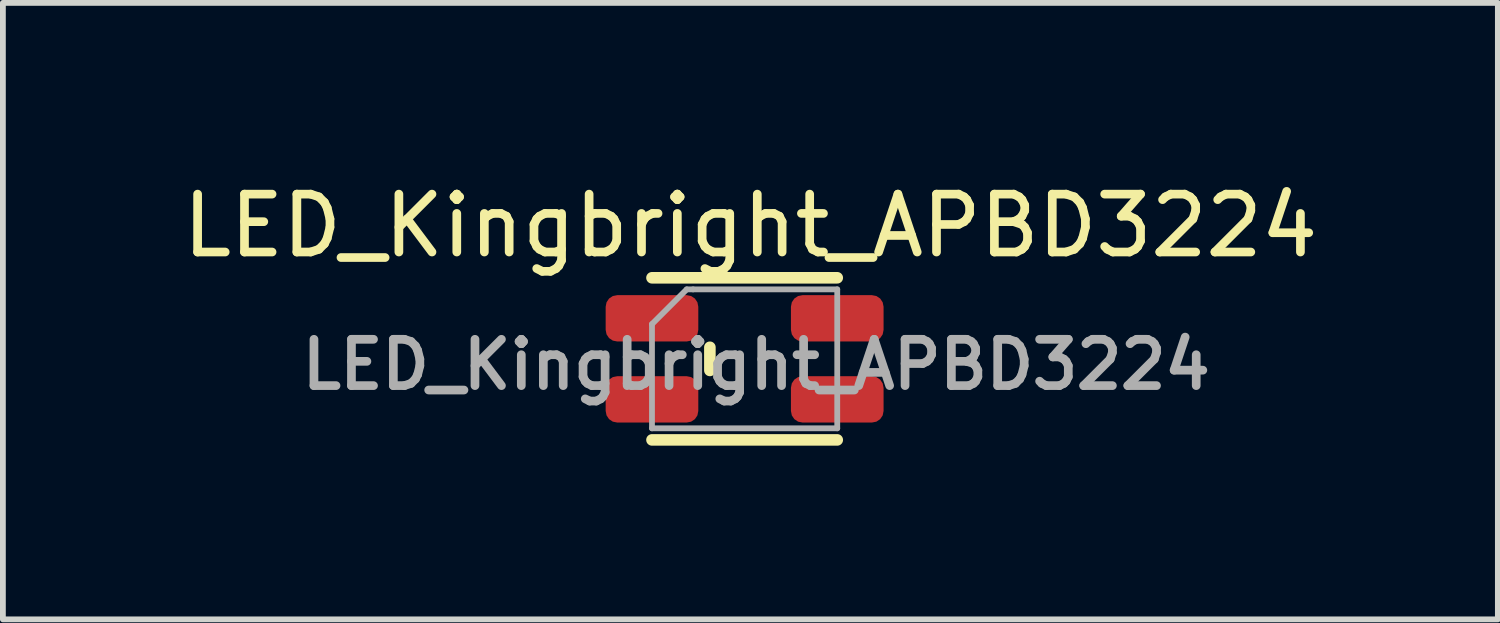
<source format=kicad_pcb>
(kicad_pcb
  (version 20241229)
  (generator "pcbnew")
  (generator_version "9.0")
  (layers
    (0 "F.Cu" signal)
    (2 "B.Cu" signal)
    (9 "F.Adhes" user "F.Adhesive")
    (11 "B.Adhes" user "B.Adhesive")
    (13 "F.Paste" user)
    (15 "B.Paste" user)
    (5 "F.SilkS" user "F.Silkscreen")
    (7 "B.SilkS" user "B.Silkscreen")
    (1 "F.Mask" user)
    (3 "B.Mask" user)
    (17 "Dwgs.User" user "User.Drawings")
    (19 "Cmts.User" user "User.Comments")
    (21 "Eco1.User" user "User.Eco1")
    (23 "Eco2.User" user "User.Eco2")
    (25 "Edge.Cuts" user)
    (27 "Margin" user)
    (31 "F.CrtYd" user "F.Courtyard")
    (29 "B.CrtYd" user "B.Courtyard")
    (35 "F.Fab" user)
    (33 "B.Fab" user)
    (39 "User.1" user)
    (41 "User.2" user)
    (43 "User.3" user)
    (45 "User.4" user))
  (footprint "LED_Kingbright_APBD3224"
    (layer "F.Cu")
    (at 9.811 3.148)
    (property "Reference" "LED_Kingbright_APBD3224" (at 0.1 -2.3 0) (layer "F.SilkS") (effects (font (size 1 1) (thickness 0.15))))
    (attr smd)
    (fp_line (start -0.6 -0.2) (end -0.6 0.2) (stroke (width 0.2) (type solid)) (layer "F.SilkS"))
    (fp_line (start 1.6 -1.4) (end -1.6 -1.4) (stroke (width 0.2) (type solid)) (layer "F.SilkS"))
    (fp_line (start 1.6 1.4) (end -1.6 1.4) (stroke (width 0.2) (type solid)) (layer "F.SilkS"))
    (fp_line (start -1.6 -0.6) (end -1 -1.2) (stroke (width 0.1) (type solid)) (layer "F.Fab"))
    (fp_line (start -1.6 1.2) (end -1.6 -0.6) (stroke (width 0.1) (type solid)) (layer "F.Fab"))
    (fp_line (start -1 -1.2) (end -0.89 -1.2) (stroke (width 0.1) (type solid)) (layer "F.Fab"))
    (fp_line (start -0.89 -1.2) (end 1.6 -1.2) (stroke (width 0.1) (type solid)) (layer "F.Fab"))
    (fp_line (start 1.6 -1.2) (end 1.6 1.2) (stroke (width 0.1) (type solid)) (layer "F.Fab"))
    (fp_line (start 1.6 1.2) (end -1.6 1.2) (stroke (width 0.1) (type solid)) (layer "F.Fab"))
    (fp_text user "${REFERENCE}" (at 0.2 0.1 0) (layer "F.Fab") (effects (font (size 0.8 0.8) (thickness 0.15))))
    (pad "1" smd roundrect (at 1.6 -0.7) (size 1.6 0.8) (layers "F.Cu" "F.Mask" "F.Paste") (roundrect_rratio 0.25))
    (pad "2" smd roundrect (at -1.6 -0.7) (size 1.6 0.8) (layers "F.Cu" "F.Mask" "F.Paste") (roundrect_rratio 0.25))
    (pad "3" smd roundrect (at 1.6 0.7) (size 1.6 0.8) (layers "F.Cu" "F.Mask" "F.Paste") (roundrect_rratio 0.25))
    (pad "4" smd roundrect (at -1.6 0.7) (size 1.6 0.8) (layers "F.Cu" "F.Mask" "F.Paste") (roundrect_rratio 0.25)))
  (gr_rect
    (start -3 -3)
    (end 22.821 7.648)
    (stroke (width 0.1) (type default))
    (fill no)
    (layer "Edge.Cuts")))
</source>
